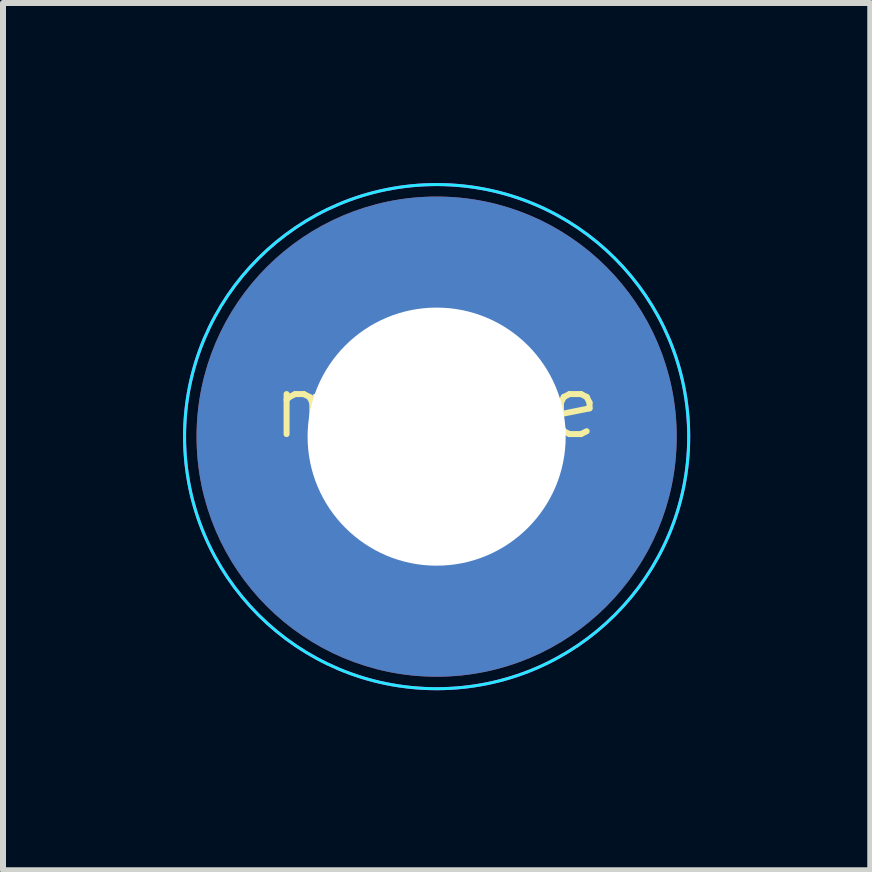
<source format=kicad_pcb>
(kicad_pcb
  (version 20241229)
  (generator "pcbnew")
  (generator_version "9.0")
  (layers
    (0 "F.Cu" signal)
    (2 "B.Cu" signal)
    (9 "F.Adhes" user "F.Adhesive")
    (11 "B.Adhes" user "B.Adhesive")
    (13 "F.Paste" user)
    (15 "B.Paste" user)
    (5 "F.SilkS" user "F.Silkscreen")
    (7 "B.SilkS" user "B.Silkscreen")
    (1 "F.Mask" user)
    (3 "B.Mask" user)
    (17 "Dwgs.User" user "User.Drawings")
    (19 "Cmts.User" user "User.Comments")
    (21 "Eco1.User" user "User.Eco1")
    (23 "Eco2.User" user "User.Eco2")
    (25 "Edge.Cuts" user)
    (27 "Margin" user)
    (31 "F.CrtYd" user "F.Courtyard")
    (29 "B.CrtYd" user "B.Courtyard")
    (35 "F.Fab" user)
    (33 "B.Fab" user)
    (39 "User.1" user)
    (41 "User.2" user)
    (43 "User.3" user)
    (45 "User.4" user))
  (footprint "m4hole"
    (layer "F.Cu")
    (at 4.225 4.225)
    (property "Reference" "m4hole" (at 0 -0.5 0) (unlocked yes) (layer "F.SilkS") (effects (font (size 1 1) (thickness 0.1))))
    (attr smd)
    (fp_circle (center 0 0) (end 4.2 0) (stroke (width 0.05) (type solid)) (fill no) (layer "B.CrtYd"))
    (fp_circle (center 0 0) (end 4.2 0) (stroke (width 0.05) (type solid)) (fill no) (layer "F.CrtYd"))
    (pad "1" thru_hole circle (at 0 0) (size 4.7 4.7) (drill 4.3) (layers "*.Cu" "*.Mask"))
    (pad "1" connect circle (at 0 0) (size 8 8) (layers "F.Cu" "F.Mask"))
    (pad "1" connect circle (at 0 0) (size 8 8) (layers "B.Cu" "B.Mask")))
  (gr_rect
    (start -3 -3)
    (end 11.45 11.45)
    (stroke (width 0.1) (type default))
    (fill no)
    (layer "Edge.Cuts")))
</source>
